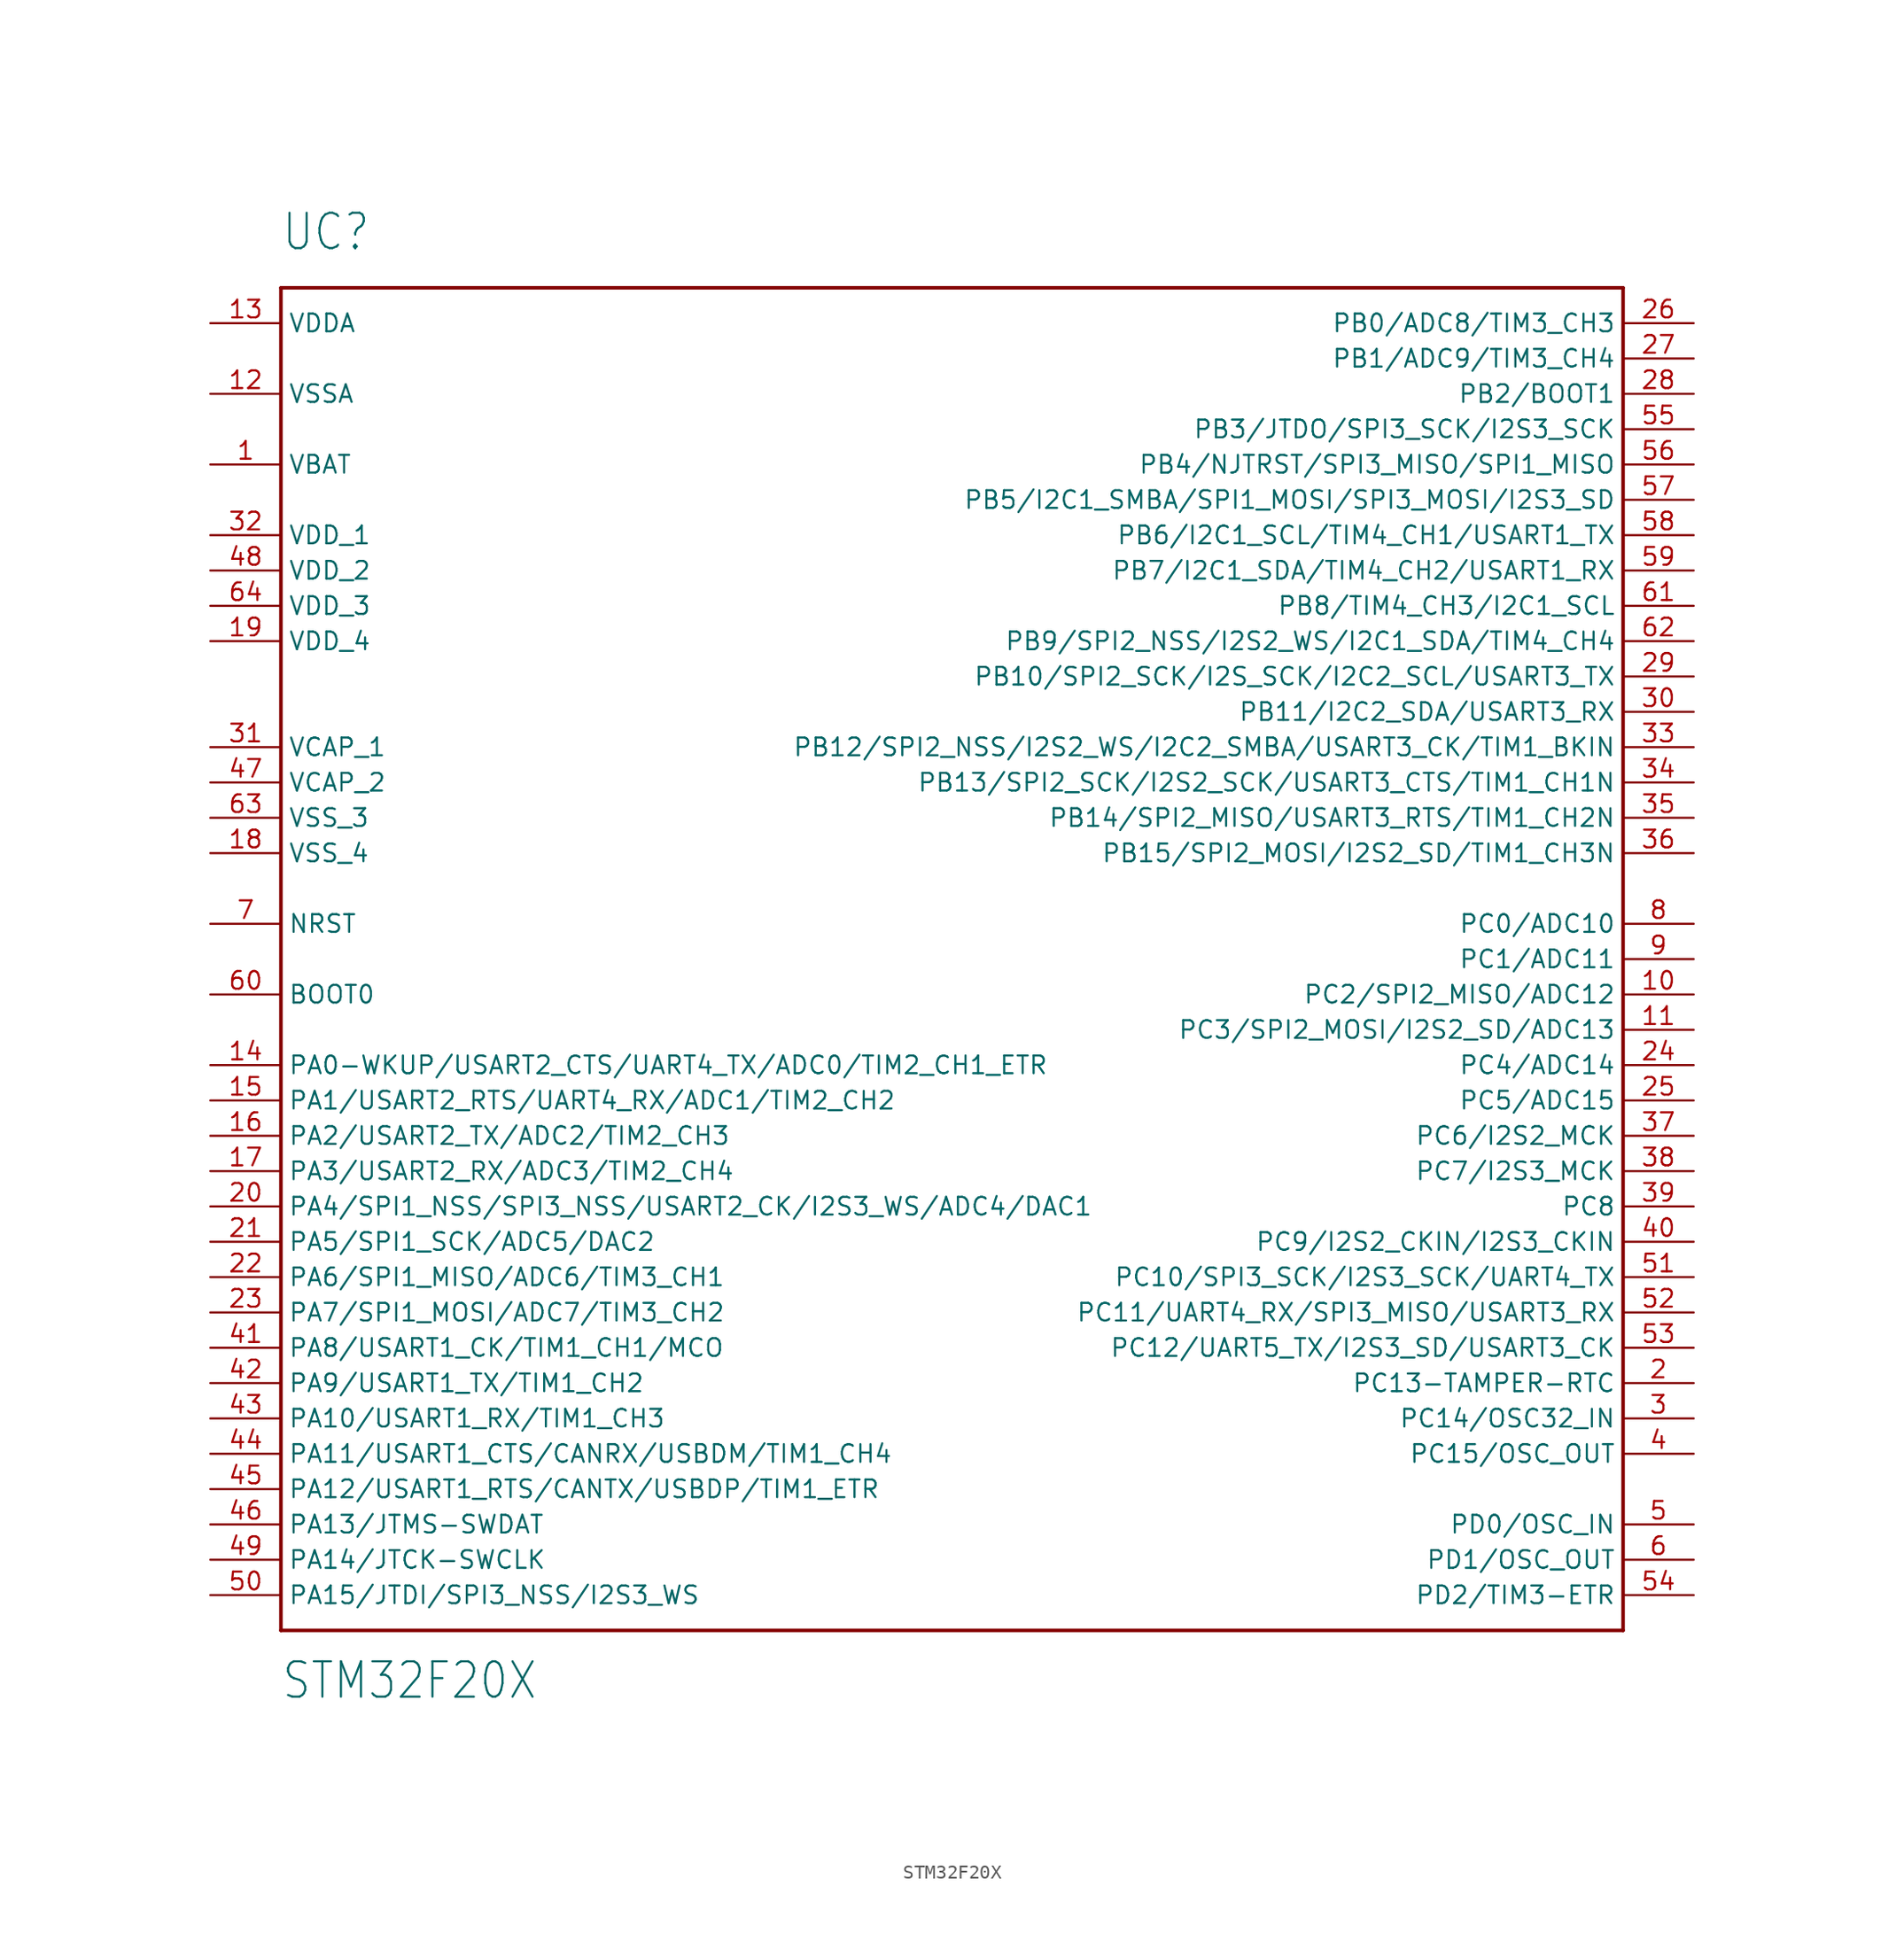
<source format=kicad_sym>
(kicad_symbol_lib
  (version 20211014)
  (generator kicad_symbol_editor)
  (symbol "STM32F20X"
    (property "Reference" "UC"
      (at -48.26 50.8 0)
      (effects (font (size 2.54 2.159)) (justify left bottom)))
    (property "Value" "STM32F20X"
      (at -48.26 -53.34 0)
      (effects (font (size 2.54 2.159)) (justify left bottom)))
    (property "ki_locked" ""
      (at 0 0 0)
      (effects (font (size 1.27 1.27))))
    (symbol "STM32F20X_1_0"
      (polyline (pts (xy -48.26 -48.26) (xy -48.26 48.26)) (stroke (width 0.254) (type default) (color 0 0 0 0)) (fill (type none)))
      (polyline (pts (xy -48.26 48.26) (xy 48.26 48.26)) (stroke (width 0.254) (type default) (color 0 0 0 0)) (fill (type none)))
      (polyline (pts (xy 48.26 -48.26) (xy -48.26 -48.26)) (stroke (width 0.254) (type default) (color 0 0 0 0)) (fill (type none)))
      (polyline (pts (xy 48.26 48.26) (xy 48.26 -48.26)) (stroke (width 0.254) (type default) (color 0 0 0 0)) (fill (type none)))
      (pin power_in line (at -53.34 35.56 0) (length 5.08) (name "VBAT" (effects (font (size 1.27 1.27)))) (number "1" (effects (font (size 1.27 1.27)))))
      (pin bidirectional line (at 53.34 -2.54 180) (length 5.08) (name "PC2/SPI2_MISO/ADC12" (effects (font (size 1.27 1.27)))) (number "10" (effects (font (size 1.27 1.27)))))
      (pin bidirectional line (at 53.34 -5.08 180) (length 5.08) (name "PC3/SPI2_MOSI/I2S2_SD/ADC13" (effects (font (size 1.27 1.27)))) (number "11" (effects (font (size 1.27 1.27)))))
      (pin power_in line (at -53.34 40.64 0) (length 5.08) (name "VSSA" (effects (font (size 1.27 1.27)))) (number "12" (effects (font (size 1.27 1.27)))))
      (pin power_in line (at -53.34 45.72 0) (length 5.08) (name "VDDA" (effects (font (size 1.27 1.27)))) (number "13" (effects (font (size 1.27 1.27)))))
      (pin bidirectional line (at -53.34 -7.62 0) (length 5.08) (name "PA0-WKUP/USART2_CTS/UART4_TX/ADC0/TIM2_CH1_ETR" (effects (font (size 1.27 1.27)))) (number "14" (effects (font (size 1.27 1.27)))))
      (pin bidirectional line (at -53.34 -10.16 0) (length 5.08) (name "PA1/USART2_RTS/UART4_RX/ADC1/TIM2_CH2" (effects (font (size 1.27 1.27)))) (number "15" (effects (font (size 1.27 1.27)))))
      (pin bidirectional line (at -53.34 -12.7 0) (length 5.08) (name "PA2/USART2_TX/ADC2/TIM2_CH3" (effects (font (size 1.27 1.27)))) (number "16" (effects (font (size 1.27 1.27)))))
      (pin bidirectional line (at -53.34 -15.24 0) (length 5.08) (name "PA3/USART2_RX/ADC3/TIM2_CH4" (effects (font (size 1.27 1.27)))) (number "17" (effects (font (size 1.27 1.27)))))
      (pin power_in line (at -53.34 7.62 0) (length 5.08) (name "VSS_4" (effects (font (size 1.27 1.27)))) (number "18" (effects (font (size 1.27 1.27)))))
      (pin power_in line (at -53.34 22.86 0) (length 5.08) (name "VDD_4" (effects (font (size 1.27 1.27)))) (number "19" (effects (font (size 1.27 1.27)))))
      (pin bidirectional line (at 53.34 -30.48 180) (length 5.08) (name "PC13-TAMPER-RTC" (effects (font (size 1.27 1.27)))) (number "2" (effects (font (size 1.27 1.27)))))
      (pin bidirectional line (at -53.34 -17.78 0) (length 5.08) (name "PA4/SPI1_NSS/SPI3_NSS/USART2_CK/I2S3_WS/ADC4/DAC1" (effects (font (size 1.27 1.27)))) (number "20" (effects (font (size 1.27 1.27)))))
      (pin bidirectional line (at -53.34 -20.32 0) (length 5.08) (name "PA5/SPI1_SCK/ADC5/DAC2" (effects (font (size 1.27 1.27)))) (number "21" (effects (font (size 1.27 1.27)))))
      (pin bidirectional line (at -53.34 -22.86 0) (length 5.08) (name "PA6/SPI1_MISO/ADC6/TIM3_CH1" (effects (font (size 1.27 1.27)))) (number "22" (effects (font (size 1.27 1.27)))))
      (pin bidirectional line (at -53.34 -25.4 0) (length 5.08) (name "PA7/SPI1_MOSI/ADC7/TIM3_CH2" (effects (font (size 1.27 1.27)))) (number "23" (effects (font (size 1.27 1.27)))))
      (pin bidirectional line (at 53.34 -7.62 180) (length 5.08) (name "PC4/ADC14" (effects (font (size 1.27 1.27)))) (number "24" (effects (font (size 1.27 1.27)))))
      (pin bidirectional line (at 53.34 -10.16 180) (length 5.08) (name "PC5/ADC15" (effects (font (size 1.27 1.27)))) (number "25" (effects (font (size 1.27 1.27)))))
      (pin bidirectional line (at 53.34 45.72 180) (length 5.08) (name "PB0/ADC8/TIM3_CH3" (effects (font (size 1.27 1.27)))) (number "26" (effects (font (size 1.27 1.27)))))
      (pin bidirectional line (at 53.34 43.18 180) (length 5.08) (name "PB1/ADC9/TIM3_CH4" (effects (font (size 1.27 1.27)))) (number "27" (effects (font (size 1.27 1.27)))))
      (pin bidirectional line (at 53.34 40.64 180) (length 5.08) (name "PB2/BOOT1" (effects (font (size 1.27 1.27)))) (number "28" (effects (font (size 1.27 1.27)))))
      (pin bidirectional line (at 53.34 20.32 180) (length 5.08) (name "PB10/SPI2_SCK/I2S_SCK/I2C2_SCL/USART3_TX" (effects (font (size 1.27 1.27)))) (number "29" (effects (font (size 1.27 1.27)))))
      (pin bidirectional line (at 53.34 -33.02 180) (length 5.08) (name "PC14/OSC32_IN" (effects (font (size 1.27 1.27)))) (number "3" (effects (font (size 1.27 1.27)))))
      (pin bidirectional line (at 53.34 17.78 180) (length 5.08) (name "PB11/I2C2_SDA/USART3_RX" (effects (font (size 1.27 1.27)))) (number "30" (effects (font (size 1.27 1.27)))))
      (pin power_in line (at -53.34 15.24 0) (length 5.08) (name "VCAP_1" (effects (font (size 1.27 1.27)))) (number "31" (effects (font (size 1.27 1.27)))))
      (pin power_in line (at -53.34 30.48 0) (length 5.08) (name "VDD_1" (effects (font (size 1.27 1.27)))) (number "32" (effects (font (size 1.27 1.27)))))
      (pin bidirectional line (at 53.34 15.24 180) (length 5.08) (name "PB12/SPI2_NSS/I2S2_WS/I2C2_SMBA/USART3_CK/TIM1_BKIN" (effects (font (size 1.27 1.27)))) (number "33" (effects (font (size 1.27 1.27)))))
      (pin bidirectional line (at 53.34 12.7 180) (length 5.08) (name "PB13/SPI2_SCK/I2S2_SCK/USART3_CTS/TIM1_CH1N" (effects (font (size 1.27 1.27)))) (number "34" (effects (font (size 1.27 1.27)))))
      (pin bidirectional line (at 53.34 10.16 180) (length 5.08) (name "PB14/SPI2_MISO/USART3_RTS/TIM1_CH2N" (effects (font (size 1.27 1.27)))) (number "35" (effects (font (size 1.27 1.27)))))
      (pin bidirectional line (at 53.34 7.62 180) (length 5.08) (name "PB15/SPI2_MOSI/I2S2_SD/TIM1_CH3N" (effects (font (size 1.27 1.27)))) (number "36" (effects (font (size 1.27 1.27)))))
      (pin bidirectional line (at 53.34 -12.7 180) (length 5.08) (name "PC6/I2S2_MCK" (effects (font (size 1.27 1.27)))) (number "37" (effects (font (size 1.27 1.27)))))
      (pin bidirectional line (at 53.34 -15.24 180) (length 5.08) (name "PC7/I2S3_MCK" (effects (font (size 1.27 1.27)))) (number "38" (effects (font (size 1.27 1.27)))))
      (pin bidirectional line (at 53.34 -17.78 180) (length 5.08) (name "PC8" (effects (font (size 1.27 1.27)))) (number "39" (effects (font (size 1.27 1.27)))))
      (pin bidirectional line (at 53.34 -35.56 180) (length 5.08) (name "PC15/OSC_OUT" (effects (font (size 1.27 1.27)))) (number "4" (effects (font (size 1.27 1.27)))))
      (pin bidirectional line (at 53.34 -20.32 180) (length 5.08) (name "PC9/I2S2_CKIN/I2S3_CKIN" (effects (font (size 1.27 1.27)))) (number "40" (effects (font (size 1.27 1.27)))))
      (pin bidirectional line (at -53.34 -27.94 0) (length 5.08) (name "PA8/USART1_CK/TIM1_CH1/MCO" (effects (font (size 1.27 1.27)))) (number "41" (effects (font (size 1.27 1.27)))))
      (pin bidirectional line (at -53.34 -30.48 0) (length 5.08) (name "PA9/USART1_TX/TIM1_CH2" (effects (font (size 1.27 1.27)))) (number "42" (effects (font (size 1.27 1.27)))))
      (pin bidirectional line (at -53.34 -33.02 0) (length 5.08) (name "PA10/USART1_RX/TIM1_CH3" (effects (font (size 1.27 1.27)))) (number "43" (effects (font (size 1.27 1.27)))))
      (pin bidirectional line (at -53.34 -35.56 0) (length 5.08) (name "PA11/USART1_CTS/CANRX/USBDM/TIM1_CH4" (effects (font (size 1.27 1.27)))) (number "44" (effects (font (size 1.27 1.27)))))
      (pin bidirectional line (at -53.34 -38.1 0) (length 5.08) (name "PA12/USART1_RTS/CANTX/USBDP/TIM1_ETR" (effects (font (size 1.27 1.27)))) (number "45" (effects (font (size 1.27 1.27)))))
      (pin bidirectional line (at -53.34 -40.64 0) (length 5.08) (name "PA13/JTMS-SWDAT" (effects (font (size 1.27 1.27)))) (number "46" (effects (font (size 1.27 1.27)))))
      (pin power_in line (at -53.34 12.7 0) (length 5.08) (name "VCAP_2" (effects (font (size 1.27 1.27)))) (number "47" (effects (font (size 1.27 1.27)))))
      (pin power_in line (at -53.34 27.94 0) (length 5.08) (name "VDD_2" (effects (font (size 1.27 1.27)))) (number "48" (effects (font (size 1.27 1.27)))))
      (pin bidirectional line (at -53.34 -43.18 0) (length 5.08) (name "PA14/JTCK-SWCLK" (effects (font (size 1.27 1.27)))) (number "49" (effects (font (size 1.27 1.27)))))
      (pin bidirectional line (at 53.34 -40.64 180) (length 5.08) (name "PD0/OSC_IN" (effects (font (size 1.27 1.27)))) (number "5" (effects (font (size 1.27 1.27)))))
      (pin bidirectional line (at -53.34 -45.72 0) (length 5.08) (name "PA15/JTDI/SPI3_NSS/I2S3_WS" (effects (font (size 1.27 1.27)))) (number "50" (effects (font (size 1.27 1.27)))))
      (pin bidirectional line (at 53.34 -22.86 180) (length 5.08) (name "PC10/SPI3_SCK/I2S3_SCK/UART4_TX" (effects (font (size 1.27 1.27)))) (number "51" (effects (font (size 1.27 1.27)))))
      (pin bidirectional line (at 53.34 -25.4 180) (length 5.08) (name "PC11/UART4_RX/SPI3_MISO/USART3_RX" (effects (font (size 1.27 1.27)))) (number "52" (effects (font (size 1.27 1.27)))))
      (pin bidirectional line (at 53.34 -27.94 180) (length 5.08) (name "PC12/UART5_TX/I2S3_SD/USART3_CK" (effects (font (size 1.27 1.27)))) (number "53" (effects (font (size 1.27 1.27)))))
      (pin bidirectional line (at 53.34 -45.72 180) (length 5.08) (name "PD2/TIM3-ETR" (effects (font (size 1.27 1.27)))) (number "54" (effects (font (size 1.27 1.27)))))
      (pin bidirectional line (at 53.34 38.1 180) (length 5.08) (name "PB3/JTDO/SPI3_SCK/I2S3_SCK" (effects (font (size 1.27 1.27)))) (number "55" (effects (font (size 1.27 1.27)))))
      (pin bidirectional line (at 53.34 35.56 180) (length 5.08) (name "PB4/NJTRST/SPI3_MISO/SPI1_MISO" (effects (font (size 1.27 1.27)))) (number "56" (effects (font (size 1.27 1.27)))))
      (pin bidirectional line (at 53.34 33.02 180) (length 5.08) (name "PB5/I2C1_SMBA/SPI1_MOSI/SPI3_MOSI/I2S3_SD" (effects (font (size 1.27 1.27)))) (number "57" (effects (font (size 1.27 1.27)))))
      (pin bidirectional line (at 53.34 30.48 180) (length 5.08) (name "PB6/I2C1_SCL/TIM4_CH1/USART1_TX" (effects (font (size 1.27 1.27)))) (number "58" (effects (font (size 1.27 1.27)))))
      (pin bidirectional line (at 53.34 27.94 180) (length 5.08) (name "PB7/I2C1_SDA/TIM4_CH2/USART1_RX" (effects (font (size 1.27 1.27)))) (number "59" (effects (font (size 1.27 1.27)))))
      (pin bidirectional line (at 53.34 -43.18 180) (length 5.08) (name "PD1/OSC_OUT" (effects (font (size 1.27 1.27)))) (number "6" (effects (font (size 1.27 1.27)))))
      (pin bidirectional line (at -53.34 -2.54 0) (length 5.08) (name "BOOT0" (effects (font (size 1.27 1.27)))) (number "60" (effects (font (size 1.27 1.27)))))
      (pin bidirectional line (at 53.34 25.4 180) (length 5.08) (name "PB8/TIM4_CH3/I2C1_SCL" (effects (font (size 1.27 1.27)))) (number "61" (effects (font (size 1.27 1.27)))))
      (pin bidirectional line (at 53.34 22.86 180) (length 5.08) (name "PB9/SPI2_NSS/I2S2_WS/I2C1_SDA/TIM4_CH4" (effects (font (size 1.27 1.27)))) (number "62" (effects (font (size 1.27 1.27)))))
      (pin power_in line (at -53.34 10.16 0) (length 5.08) (name "VSS_3" (effects (font (size 1.27 1.27)))) (number "63" (effects (font (size 1.27 1.27)))))
      (pin power_in line (at -53.34 25.4 0) (length 5.08) (name "VDD_3" (effects (font (size 1.27 1.27)))) (number "64" (effects (font (size 1.27 1.27)))))
      (pin bidirectional line (at -53.34 2.54 0) (length 5.08) (name "NRST" (effects (font (size 1.27 1.27)))) (number "7" (effects (font (size 1.27 1.27)))))
      (pin bidirectional line (at 53.34 2.54 180) (length 5.08) (name "PC0/ADC10" (effects (font (size 1.27 1.27)))) (number "8" (effects (font (size 1.27 1.27)))))
      (pin bidirectional line (at 53.34 0 180) (length 5.08) (name "PC1/ADC11" (effects (font (size 1.27 1.27)))) (number "9" (effects (font (size 1.27 1.27))))))))
</source>
